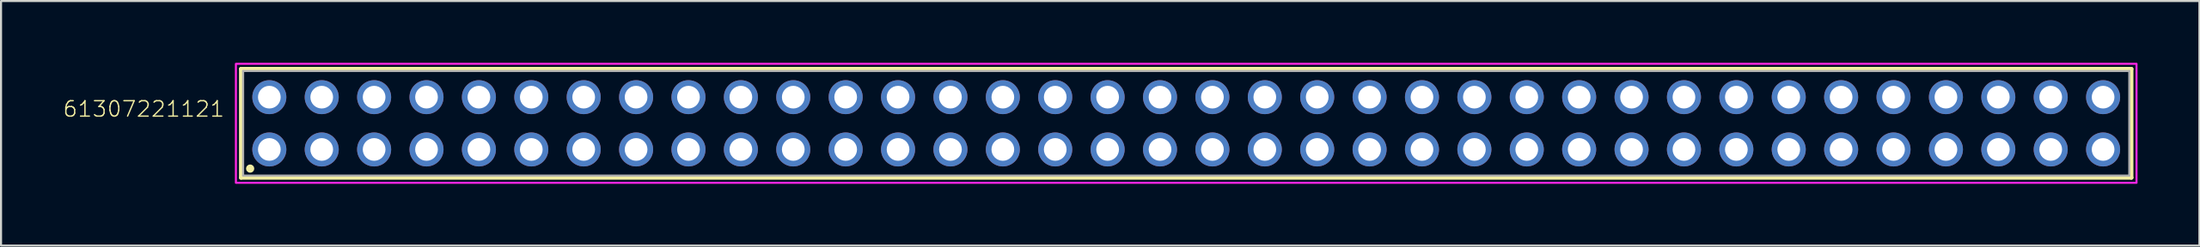
<source format=kicad_pcb>
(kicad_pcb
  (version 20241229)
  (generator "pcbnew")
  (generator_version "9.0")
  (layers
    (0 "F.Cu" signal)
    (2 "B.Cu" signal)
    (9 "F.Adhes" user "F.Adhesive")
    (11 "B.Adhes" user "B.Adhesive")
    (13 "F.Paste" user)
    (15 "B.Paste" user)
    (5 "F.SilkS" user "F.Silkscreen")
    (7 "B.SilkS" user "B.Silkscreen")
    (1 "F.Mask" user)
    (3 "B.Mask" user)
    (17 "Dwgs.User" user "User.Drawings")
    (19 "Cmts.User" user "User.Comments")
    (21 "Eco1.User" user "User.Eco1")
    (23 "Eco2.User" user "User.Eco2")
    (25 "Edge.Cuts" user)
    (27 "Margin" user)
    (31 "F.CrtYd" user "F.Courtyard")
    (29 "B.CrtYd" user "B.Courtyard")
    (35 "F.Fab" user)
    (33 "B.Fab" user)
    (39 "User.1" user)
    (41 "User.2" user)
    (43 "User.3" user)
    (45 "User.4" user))
  (footprint "61307221121"
    (layer "F.Cu")
    (at 54.457 2.94)
    (property "Reference" "61307221121" (at -46.578 -0.256 0) (unlocked yes) (layer "F.SilkS") (effects (font (size 0.748 0.748) (thickness 0.065)) (justify right bottom)))
    (fp_line (start -45.82 -2.64) (end 45.82 -2.64) (stroke (width 0.2) (type solid)) (layer "F.SilkS"))
    (fp_line (start -45.82 2.64) (end -45.82 -2.64) (stroke (width 0.2) (type solid)) (layer "F.SilkS"))
    (fp_line (start 45.82 -2.64) (end 45.82 2.64) (stroke (width 0.2) (type solid)) (layer "F.SilkS"))
    (fp_line (start 45.82 2.64) (end -45.82 2.64) (stroke (width 0.2) (type solid)) (layer "F.SilkS"))
    (fp_circle (center -45.38 2.2) (end -45.28 2.2) (stroke (width 0.127) (type solid)) (fill no) (layer "F.SilkS"))
    (fp_circle (center -45.38 2.2) (end -45.28 2.2) (stroke (width 0.2) (type solid)) (fill no) (layer "F.SilkS"))
    (fp_poly (pts (xy 46.07 2.89) (xy -46.07 2.89) (xy -46.07 -2.89) (xy 46.07 -2.89)) (stroke (width 0.1) (type default)) (fill no) (layer "F.CrtYd"))
    (fp_line (start -45.72 -2.54) (end 45.72 -2.54) (stroke (width 0.1) (type solid)) (layer "F.Fab"))
    (fp_line (start -45.72 2.54) (end -45.72 -2.54) (stroke (width 0.1) (type solid)) (layer "F.Fab"))
    (fp_line (start 45.72 -2.54) (end 45.72 2.54) (stroke (width 0.1) (type solid)) (layer "F.Fab"))
    (fp_line (start 45.72 2.54) (end -45.72 2.54) (stroke (width 0.1) (type solid)) (layer "F.Fab"))
    (pad "1" thru_hole circle (at -44.45 1.27 90) (size 1.65 1.65) (drill 1.1) (layers "*.Cu" "*.Mask"))
    (pad "2" thru_hole circle (at -44.45 -1.27 270) (size 1.65 1.65) (drill 1.1) (layers "*.Cu" "*.Mask"))
    (pad "3" thru_hole circle (at -41.91 1.27 90) (size 1.65 1.65) (drill 1.1) (layers "*.Cu" "*.Mask"))
    (pad "4" thru_hole circle (at -41.91 -1.27 270) (size 1.65 1.65) (drill 1.1) (layers "*.Cu" "*.Mask"))
    (pad "5" thru_hole circle (at -39.37 1.27 90) (size 1.65 1.65) (drill 1.1) (layers "*.Cu" "*.Mask"))
    (pad "6" thru_hole circle (at -39.37 -1.27 270) (size 1.65 1.65) (drill 1.1) (layers "*.Cu" "*.Mask"))
    (pad "7" thru_hole circle (at -36.83 1.27 90) (size 1.65 1.65) (drill 1.1) (layers "*.Cu" "*.Mask"))
    (pad "8" thru_hole circle (at -36.83 -1.27 270) (size 1.65 1.65) (drill 1.1) (layers "*.Cu" "*.Mask"))
    (pad "9" thru_hole circle (at -34.29 1.27 90) (size 1.65 1.65) (drill 1.1) (layers "*.Cu" "*.Mask"))
    (pad "10" thru_hole circle (at -34.29 -1.27 270) (size 1.65 1.65) (drill 1.1) (layers "*.Cu" "*.Mask"))
    (pad "11" thru_hole circle (at -31.75 1.27 90) (size 1.65 1.65) (drill 1.1) (layers "*.Cu" "*.Mask"))
    (pad "12" thru_hole circle (at -31.75 -1.27 270) (size 1.65 1.65) (drill 1.1) (layers "*.Cu" "*.Mask"))
    (pad "13" thru_hole circle (at -29.21 1.27 90) (size 1.65 1.65) (drill 1.1) (layers "*.Cu" "*.Mask"))
    (pad "14" thru_hole circle (at -29.21 -1.27 270) (size 1.65 1.65) (drill 1.1) (layers "*.Cu" "*.Mask"))
    (pad "15" thru_hole circle (at -26.67 1.27 90) (size 1.65 1.65) (drill 1.1) (layers "*.Cu" "*.Mask"))
    (pad "16" thru_hole circle (at -26.67 -1.27 270) (size 1.65 1.65) (drill 1.1) (layers "*.Cu" "*.Mask"))
    (pad "17" thru_hole circle (at -24.13 1.27 90) (size 1.65 1.65) (drill 1.1) (layers "*.Cu" "*.Mask"))
    (pad "18" thru_hole circle (at -24.13 -1.27 270) (size 1.65 1.65) (drill 1.1) (layers "*.Cu" "*.Mask"))
    (pad "19" thru_hole circle (at -21.59 1.27 90) (size 1.65 1.65) (drill 1.1) (layers "*.Cu" "*.Mask"))
    (pad "20" thru_hole circle (at -21.59 -1.27 270) (size 1.65 1.65) (drill 1.1) (layers "*.Cu" "*.Mask"))
    (pad "21" thru_hole circle (at -19.05 1.27 90) (size 1.65 1.65) (drill 1.1) (layers "*.Cu" "*.Mask"))
    (pad "22" thru_hole circle (at -19.05 -1.27 270) (size 1.65 1.65) (drill 1.1) (layers "*.Cu" "*.Mask"))
    (pad "23" thru_hole circle (at -16.51 1.27 90) (size 1.65 1.65) (drill 1.1) (layers "*.Cu" "*.Mask"))
    (pad "24" thru_hole circle (at -16.51 -1.27 270) (size 1.65 1.65) (drill 1.1) (layers "*.Cu" "*.Mask"))
    (pad "25" thru_hole circle (at -13.97 1.27 90) (size 1.65 1.65) (drill 1.1) (layers "*.Cu" "*.Mask"))
    (pad "26" thru_hole circle (at -13.97 -1.27 270) (size 1.65 1.65) (drill 1.1) (layers "*.Cu" "*.Mask"))
    (pad "27" thru_hole circle (at -11.43 1.27 90) (size 1.65 1.65) (drill 1.1) (layers "*.Cu" "*.Mask"))
    (pad "28" thru_hole circle (at -11.43 -1.27 270) (size 1.65 1.65) (drill 1.1) (layers "*.Cu" "*.Mask"))
    (pad "29" thru_hole circle (at -8.89 1.27 90) (size 1.65 1.65) (drill 1.1) (layers "*.Cu" "*.Mask"))
    (pad "30" thru_hole circle (at -8.89 -1.27 270) (size 1.65 1.65) (drill 1.1) (layers "*.Cu" "*.Mask"))
    (pad "31" thru_hole circle (at -6.35 1.27 90) (size 1.65 1.65) (drill 1.1) (layers "*.Cu" "*.Mask"))
    (pad "32" thru_hole circle (at -6.35 -1.27 270) (size 1.65 1.65) (drill 1.1) (layers "*.Cu" "*.Mask"))
    (pad "33" thru_hole circle (at -3.81 1.27 90) (size 1.65 1.65) (drill 1.1) (layers "*.Cu" "*.Mask"))
    (pad "34" thru_hole circle (at -3.81 -1.27 270) (size 1.65 1.65) (drill 1.1) (layers "*.Cu" "*.Mask"))
    (pad "35" thru_hole circle (at -1.27 1.27 90) (size 1.65 1.65) (drill 1.1) (layers "*.Cu" "*.Mask"))
    (pad "36" thru_hole circle (at -1.27 -1.27 270) (size 1.65 1.65) (drill 1.1) (layers "*.Cu" "*.Mask"))
    (pad "37" thru_hole circle (at 1.27 1.27 90) (size 1.65 1.65) (drill 1.1) (layers "*.Cu" "*.Mask"))
    (pad "38" thru_hole circle (at 1.27 -1.27 270) (size 1.65 1.65) (drill 1.1) (layers "*.Cu" "*.Mask"))
    (pad "39" thru_hole circle (at 3.81 1.27 90) (size 1.65 1.65) (drill 1.1) (layers "*.Cu" "*.Mask"))
    (pad "40" thru_hole circle (at 3.81 -1.27 270) (size 1.65 1.65) (drill 1.1) (layers "*.Cu" "*.Mask"))
    (pad "41" thru_hole circle (at 6.35 1.27 90) (size 1.65 1.65) (drill 1.1) (layers "*.Cu" "*.Mask"))
    (pad "42" thru_hole circle (at 6.35 -1.27 270) (size 1.65 1.65) (drill 1.1) (layers "*.Cu" "*.Mask"))
    (pad "43" thru_hole circle (at 8.89 1.27 90) (size 1.65 1.65) (drill 1.1) (layers "*.Cu" "*.Mask"))
    (pad "44" thru_hole circle (at 8.89 -1.27 270) (size 1.65 1.65) (drill 1.1) (layers "*.Cu" "*.Mask"))
    (pad "45" thru_hole circle (at 11.43 1.27 90) (size 1.65 1.65) (drill 1.1) (layers "*.Cu" "*.Mask"))
    (pad "46" thru_hole circle (at 11.43 -1.27 270) (size 1.65 1.65) (drill 1.1) (layers "*.Cu" "*.Mask"))
    (pad "47" thru_hole circle (at 13.97 1.27 90) (size 1.65 1.65) (drill 1.1) (layers "*.Cu" "*.Mask"))
    (pad "48" thru_hole circle (at 13.97 -1.27 270) (size 1.65 1.65) (drill 1.1) (layers "*.Cu" "*.Mask"))
    (pad "49" thru_hole circle (at 16.51 1.27 90) (size 1.65 1.65) (drill 1.1) (layers "*.Cu" "*.Mask"))
    (pad "50" thru_hole circle (at 16.51 -1.27 270) (size 1.65 1.65) (drill 1.1) (layers "*.Cu" "*.Mask"))
    (pad "51" thru_hole circle (at 19.05 1.27 90) (size 1.65 1.65) (drill 1.1) (layers "*.Cu" "*.Mask"))
    (pad "52" thru_hole circle (at 19.05 -1.27 270) (size 1.65 1.65) (drill 1.1) (layers "*.Cu" "*.Mask"))
    (pad "53" thru_hole circle (at 21.59 1.27 90) (size 1.65 1.65) (drill 1.1) (layers "*.Cu" "*.Mask"))
    (pad "54" thru_hole circle (at 21.59 -1.27 270) (size 1.65 1.65) (drill 1.1) (layers "*.Cu" "*.Mask"))
    (pad "55" thru_hole circle (at 24.13 1.27 90) (size 1.65 1.65) (drill 1.1) (layers "*.Cu" "*.Mask"))
    (pad "56" thru_hole circle (at 24.13 -1.27 270) (size 1.65 1.65) (drill 1.1) (layers "*.Cu" "*.Mask"))
    (pad "57" thru_hole circle (at 26.67 1.27 90) (size 1.65 1.65) (drill 1.1) (layers "*.Cu" "*.Mask"))
    (pad "58" thru_hole circle (at 26.67 -1.27 270) (size 1.65 1.65) (drill 1.1) (layers "*.Cu" "*.Mask"))
    (pad "59" thru_hole circle (at 29.21 1.27 90) (size 1.65 1.65) (drill 1.1) (layers "*.Cu" "*.Mask"))
    (pad "60" thru_hole circle (at 29.21 -1.27 270) (size 1.65 1.65) (drill 1.1) (layers "*.Cu" "*.Mask"))
    (pad "61" thru_hole circle (at 31.75 1.27 90) (size 1.65 1.65) (drill 1.1) (layers "*.Cu" "*.Mask"))
    (pad "62" thru_hole circle (at 31.75 -1.27 270) (size 1.65 1.65) (drill 1.1) (layers "*.Cu" "*.Mask"))
    (pad "63" thru_hole circle (at 34.29 1.27 90) (size 1.65 1.65) (drill 1.1) (layers "*.Cu" "*.Mask"))
    (pad "64" thru_hole circle (at 34.29 -1.27 270) (size 1.65 1.65) (drill 1.1) (layers "*.Cu" "*.Mask"))
    (pad "65" thru_hole circle (at 36.83 1.27 90) (size 1.65 1.65) (drill 1.1) (layers "*.Cu" "*.Mask"))
    (pad "66" thru_hole circle (at 36.83 -1.27 270) (size 1.65 1.65) (drill 1.1) (layers "*.Cu" "*.Mask"))
    (pad "67" thru_hole circle (at 39.37 1.27 90) (size 1.65 1.65) (drill 1.1) (layers "*.Cu" "*.Mask"))
    (pad "68" thru_hole circle (at 39.37 -1.27 270) (size 1.65 1.65) (drill 1.1) (layers "*.Cu" "*.Mask"))
    (pad "69" thru_hole circle (at 41.91 1.27 90) (size 1.65 1.65) (drill 1.1) (layers "*.Cu" "*.Mask"))
    (pad "70" thru_hole circle (at 41.91 -1.27 270) (size 1.65 1.65) (drill 1.1) (layers "*.Cu" "*.Mask"))
    (pad "71" thru_hole circle (at 44.45 1.27 90) (size 1.65 1.65) (drill 1.1) (layers "*.Cu" "*.Mask"))
    (pad "72" thru_hole circle (at 44.45 -1.27 270) (size 1.65 1.65) (drill 1.1) (layers "*.Cu" "*.Mask")))
  (gr_rect
    (start -3 -3)
    (end 103.577 8.88)
    (stroke (width 0.1) (type default))
    (fill no)
    (layer "Edge.Cuts")))
</source>
